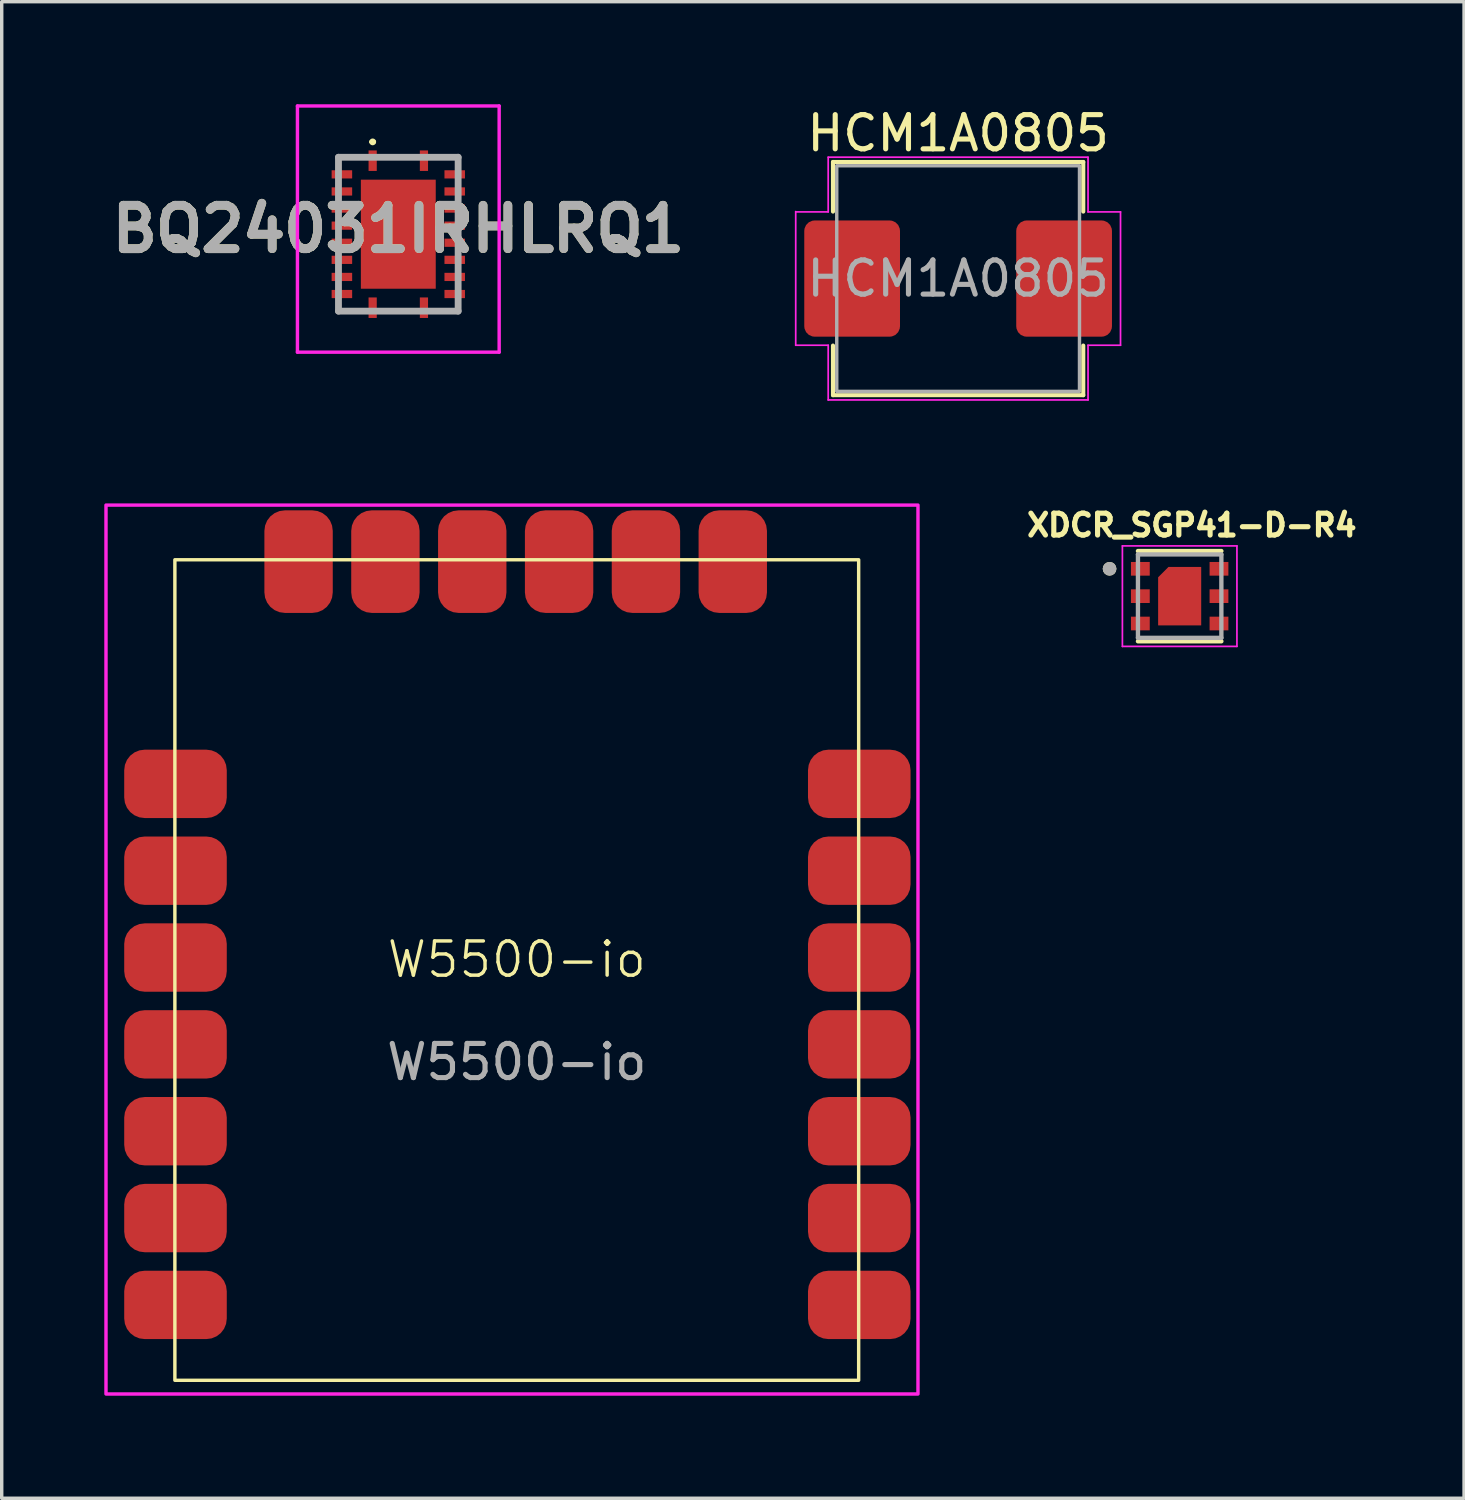
<source format=kicad_pcb>
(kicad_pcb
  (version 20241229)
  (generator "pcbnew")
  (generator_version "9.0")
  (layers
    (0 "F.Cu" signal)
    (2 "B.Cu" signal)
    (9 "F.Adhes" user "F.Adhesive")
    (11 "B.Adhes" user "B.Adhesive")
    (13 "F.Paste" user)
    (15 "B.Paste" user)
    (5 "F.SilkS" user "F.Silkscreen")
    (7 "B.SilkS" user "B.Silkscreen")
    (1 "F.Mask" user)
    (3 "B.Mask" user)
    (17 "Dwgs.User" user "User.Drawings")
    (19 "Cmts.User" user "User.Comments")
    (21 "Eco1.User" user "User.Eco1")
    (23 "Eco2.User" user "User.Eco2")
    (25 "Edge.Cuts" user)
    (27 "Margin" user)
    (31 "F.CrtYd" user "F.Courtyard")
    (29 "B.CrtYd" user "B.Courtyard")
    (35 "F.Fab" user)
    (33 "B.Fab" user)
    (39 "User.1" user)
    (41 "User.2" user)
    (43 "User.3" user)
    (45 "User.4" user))
  (footprint "XDCR_SGP41-D-R4"
    (layer "F.Cu")
    (at 31.454 14.387)
    (property "Reference" "XDCR_SGP41-D-R4" (at 0.357 -2.076 0) (layer "F.SilkS") (effects (font (size 0.64 0.64) (thickness 0.15))))
    (attr smd)
    (fp_poly (pts (xy -0.675 0.9) (xy -0.675 -0.58) (xy -0.355 -0.9) (xy 0.675 -0.9) (xy 0.675 0.9)) (stroke (width 0.01) (type solid)) (fill yes) (layer "F.Mask"))
    (fp_line (start -1.22 -1.32) (end 1.22 -1.32) (stroke (width 0.127) (type solid)) (layer "F.SilkS"))
    (fp_line (start 1.22 1.32) (end -1.22 1.32) (stroke (width 0.127) (type solid)) (layer "F.SilkS"))
    (fp_circle (center -2.05 -0.8) (end -1.95 -0.8) (stroke (width 0.2) (type solid)) (fill no) (layer "F.SilkS"))
    (fp_poly (pts (xy -0.225 -0.75) (xy 0.525 -0.75) (xy 0.525 0.75) (xy -0.525 0.75) (xy -0.525 -0.45)) (stroke (width 0.01) (type solid)) (fill yes) (layer "F.Paste"))
    (fp_line (start -1.675 -1.47) (end -1.675 1.47) (stroke (width 0.05) (type solid)) (layer "F.CrtYd"))
    (fp_line (start -1.675 1.47) (end 1.675 1.47) (stroke (width 0.05) (type solid)) (layer "F.CrtYd"))
    (fp_line (start 1.675 -1.47) (end -1.675 -1.47) (stroke (width 0.05) (type solid)) (layer "F.CrtYd"))
    (fp_line (start 1.675 1.47) (end 1.675 -1.47) (stroke (width 0.05) (type solid)) (layer "F.CrtYd"))
    (fp_line (start -1.22 -1.22) (end 1.22 -1.22) (stroke (width 0.127) (type solid)) (layer "F.Fab"))
    (fp_line (start -1.22 1.22) (end -1.22 -1.22) (stroke (width 0.127) (type solid)) (layer "F.Fab"))
    (fp_line (start 1.22 -1.22) (end 1.22 1.22) (stroke (width 0.127) (type solid)) (layer "F.Fab"))
    (fp_line (start 1.22 1.22) (end -1.22 1.22) (stroke (width 0.127) (type solid)) (layer "F.Fab"))
    (fp_circle (center -2.05 -0.8) (end -1.95 -0.8) (stroke (width 0.2) (type solid)) (fill no) (layer "F.Fab"))
    (pad "1" smd rect (at -1.15 -0.8) (size 0.55 0.4) (layers "F.Cu" "F.Mask" "F.Paste"))
    (pad "2" smd rect (at -1.15 0) (size 0.55 0.4) (layers "F.Cu" "F.Mask" "F.Paste"))
    (pad "3" smd rect (at -1.15 0.8) (size 0.55 0.4) (layers "F.Cu" "F.Mask" "F.Paste"))
    (pad "4" smd rect (at 1.15 0.8) (size 0.55 0.4) (layers "F.Cu" "F.Mask" "F.Paste"))
    (pad "5" smd rect (at 1.15 0) (size 0.55 0.4) (layers "F.Cu" "F.Mask" "F.Paste"))
    (pad "6" smd rect (at 1.15 -0.8) (size 0.55 0.4) (layers "F.Cu" "F.Mask" "F.Paste"))
    (pad "7" smd custom (at 0 0) (size 0.5 0.5) (layers "F.Cu") (options (anchor rect)) (primitives (gr_poly (pts (xy -0.325 -0.85) (xy 0.625 -0.85) (xy 0.625 0.85) (xy -0.625 0.85) (xy -0.625 -0.55)) (width 0.01) (fill yes)))))
  (footprint "W5500-io"
    (layer "F.Cu")
    (at 12.05 26.223)
    (property "Reference" "W5500-io" (at 0.015 -1.209 0) (unlocked yes) (layer "F.SilkS") (effects (font (size 1 1) (thickness 0.1))))
    (attr smd)
    (fp_rect (start -9.985 -12.901) (end 10.015 11.099) (stroke (width 0.1) (type default)) (fill no) (layer "F.SilkS"))
    (fp_rect (start -12 -14.5) (end 11.75 11.5) (stroke (width 0.1) (type solid)) (fill no) (layer "F.CrtYd"))
    (fp_text user "${REFERENCE}" (at 0.015 1.791 0) (unlocked yes) (layer "F.Fab") (effects (font (size 1 1) (thickness 0.15))))
    (pad "1" smd roundrect (at -9.967 8.894) (size 3 2) (layers "F.Cu" "F.Mask" "F.Paste") (roundrect_rratio 0.3))
    (pad "2" smd roundrect (at -9.967 6.354) (size 3 2) (layers "F.Cu" "F.Mask" "F.Paste") (roundrect_rratio 0.3))
    (pad "3" smd roundrect (at -9.967 3.814) (size 3 2) (layers "F.Cu" "F.Mask" "F.Paste") (roundrect_rratio 0.3))
    (pad "4" smd roundrect (at -9.967 1.274) (size 3 2) (layers "F.Cu" "F.Mask" "F.Paste") (roundrect_rratio 0.3))
    (pad "5" smd roundrect (at -9.967 -1.266) (size 3 2) (layers "F.Cu" "F.Mask" "F.Paste") (roundrect_rratio 0.3))
    (pad "6" smd roundrect (at -9.967 -3.806) (size 3 2) (layers "F.Cu" "F.Mask" "F.Paste") (roundrect_rratio 0.3))
    (pad "7" smd roundrect (at -9.967 -6.346) (size 3 2) (layers "F.Cu" "F.Mask" "F.Paste") (roundrect_rratio 0.3))
    (pad "8" smd roundrect (at -6.367 -12.846 90) (size 3 2) (layers "F.Cu" "F.Mask" "F.Paste") (roundrect_rratio 0.3))
    (pad "9" smd roundrect (at -3.827 -12.846 90) (size 3 2) (layers "F.Cu" "F.Mask" "F.Paste") (roundrect_rratio 0.3))
    (pad "10" smd roundrect (at -1.287 -12.846 90) (size 3 2) (layers "F.Cu" "F.Mask" "F.Paste") (roundrect_rratio 0.3))
    (pad "11" smd roundrect (at 1.253 -12.846 90) (size 3 2) (layers "F.Cu" "F.Mask" "F.Paste") (roundrect_rratio 0.3))
    (pad "12" smd roundrect (at 3.793 -12.846 90) (size 3 2) (layers "F.Cu" "F.Mask" "F.Paste") (roundrect_rratio 0.3))
    (pad "13" smd roundrect (at 6.333 -12.846 90) (size 3 2) (layers "F.Cu" "F.Mask" "F.Paste") (roundrect_rratio 0.3))
    (pad "14" smd roundrect (at 10.033 -6.346) (size 3 2) (layers "F.Cu" "F.Mask" "F.Paste") (roundrect_rratio 0.3))
    (pad "15" smd roundrect (at 10.033 -3.806) (size 3 2) (layers "F.Cu" "F.Mask" "F.Paste") (roundrect_rratio 0.3))
    (pad "16" smd roundrect (at 10.033 -1.266) (size 3 2) (layers "F.Cu" "F.Mask" "F.Paste") (roundrect_rratio 0.3))
    (pad "17" smd roundrect (at 10.033 1.274) (size 3 2) (layers "F.Cu" "F.Mask" "F.Paste") (roundrect_rratio 0.3))
    (pad "18" smd roundrect (at 10.033 3.814) (size 3 2) (layers "F.Cu" "F.Mask" "F.Paste") (roundrect_rratio 0.3))
    (pad "19" smd roundrect (at 10.033 6.354) (size 3 2) (layers "F.Cu" "F.Mask" "F.Paste") (roundrect_rratio 0.3))
    (pad "20" smd roundrect (at 10.033 8.894) (size 3 2) (layers "F.Cu" "F.Mask" "F.Paste") (roundrect_rratio 0.3)))
  (footprint "BQ24031IRHLRQ1"
    (layer "F.Cu")
    (at 8.6 3.8)
    (property "Reference" "BQ24031IRHLRQ1" (at 0 -0.15 0) (layer "F.SilkS") (effects (font (size 1.27 1.27) (thickness 0.254))))
    (attr smd)
    (fp_line (start -1.65 2.25) (end -1 2.25) (stroke (width 0.1) (type solid)) (layer "F.SilkS"))
    (fp_line (start -1 -2.25) (end -1.65 -2.25) (stroke (width 0.1) (type solid)) (layer "F.SilkS"))
    (fp_line (start -0.8 -2.7) (end -0.8 -2.7) (stroke (width 0.1) (type solid)) (layer "F.SilkS"))
    (fp_line (start -0.7 -2.7) (end -0.7 -2.7) (stroke (width 0.1) (type solid)) (layer "F.SilkS"))
    (fp_line (start -0.5 -2.25) (end 0.5 -2.25) (stroke (width 0.1) (type solid)) (layer "F.SilkS"))
    (fp_line (start -0.5 2.25) (end 0.5 2.25) (stroke (width 0.1) (type solid)) (layer "F.SilkS"))
    (fp_line (start 1 -2.25) (end 1.65 -2.25) (stroke (width 0.1) (type solid)) (layer "F.SilkS"))
    (fp_line (start 1 2.25) (end 1.65 2.25) (stroke (width 0.1) (type solid)) (layer "F.SilkS"))
    (fp_arc (start -0.8 -2.7) (mid -0.75 -2.75) (end -0.7 -2.7) (stroke (width 0.1) (type solid)) (layer "F.SilkS"))
    (fp_arc (start -0.7 -2.7) (mid -0.75 -2.65) (end -0.8 -2.7) (stroke (width 0.1) (type solid)) (layer "F.SilkS"))
    (fp_line (start -2.95 -3.75) (end 2.95 -3.75) (stroke (width 0.1) (type solid)) (layer "F.CrtYd"))
    (fp_line (start -2.95 3.45) (end -2.95 -3.75) (stroke (width 0.1) (type solid)) (layer "F.CrtYd"))
    (fp_line (start 2.95 -3.75) (end 2.95 3.45) (stroke (width 0.1) (type solid)) (layer "F.CrtYd"))
    (fp_line (start 2.95 3.45) (end -2.95 3.45) (stroke (width 0.1) (type solid)) (layer "F.CrtYd"))
    (fp_line (start -1.75 -2.25) (end 1.75 -2.25) (stroke (width 0.2) (type solid)) (layer "F.Fab"))
    (fp_line (start -1.75 2.25) (end -1.75 -2.25) (stroke (width 0.2) (type solid)) (layer "F.Fab"))
    (fp_line (start 1.75 -2.25) (end 1.75 2.25) (stroke (width 0.2) (type solid)) (layer "F.Fab"))
    (fp_line (start 1.75 2.25) (end -1.75 2.25) (stroke (width 0.2) (type solid)) (layer "F.Fab"))
    (fp_text user "${REFERENCE}" (at 0 -0.15 0) (layer "F.Fab") (effects (font (size 1.27 1.27) (thickness 0.254))))
    (pad "1" smd rect (at -0.75 -2.15) (size 0.24 0.6) (layers "F.Cu" "F.Mask" "F.Paste"))
    (pad "2" smd rect (at -1.65 -1.75 90) (size 0.24 0.6) (layers "F.Cu" "F.Mask" "F.Paste"))
    (pad "3" smd rect (at -1.65 -1.25 90) (size 0.24 0.6) (layers "F.Cu" "F.Mask" "F.Paste"))
    (pad "4" smd rect (at -1.65 -0.75 90) (size 0.24 0.6) (layers "F.Cu" "F.Mask" "F.Paste"))
    (pad "5" smd rect (at -1.65 -0.25 90) (size 0.24 0.6) (layers "F.Cu" "F.Mask" "F.Paste"))
    (pad "6" smd rect (at -1.65 0.25 90) (size 0.24 0.6) (layers "F.Cu" "F.Mask" "F.Paste"))
    (pad "7" smd rect (at -1.65 0.75 90) (size 0.24 0.6) (layers "F.Cu" "F.Mask" "F.Paste"))
    (pad "8" smd rect (at -1.65 1.25 90) (size 0.24 0.6) (layers "F.Cu" "F.Mask" "F.Paste"))
    (pad "9" smd rect (at -1.65 1.75 90) (size 0.24 0.6) (layers "F.Cu" "F.Mask" "F.Paste"))
    (pad "10" smd rect (at -0.75 2.15) (size 0.24 0.6) (layers "F.Cu" "F.Mask" "F.Paste"))
    (pad "11" smd rect (at 0.75 2.15) (size 0.24 0.6) (layers "F.Cu" "F.Mask" "F.Paste"))
    (pad "12" smd rect (at 1.65 1.75 90) (size 0.24 0.6) (layers "F.Cu" "F.Mask" "F.Paste"))
    (pad "13" smd rect (at 1.65 1.25 90) (size 0.24 0.6) (layers "F.Cu" "F.Mask" "F.Paste"))
    (pad "14" smd rect (at 1.65 0.75 90) (size 0.24 0.6) (layers "F.Cu" "F.Mask" "F.Paste"))
    (pad "15" smd rect (at 1.65 0.25 90) (size 0.24 0.6) (layers "F.Cu" "F.Mask" "F.Paste"))
    (pad "16" smd rect (at 1.65 -0.25 90) (size 0.24 0.6) (layers "F.Cu" "F.Mask" "F.Paste"))
    (pad "17" smd rect (at 1.65 -0.75 90) (size 0.24 0.6) (layers "F.Cu" "F.Mask" "F.Paste"))
    (pad "18" smd rect (at 1.65 -1.25 90) (size 0.24 0.6) (layers "F.Cu" "F.Mask" "F.Paste"))
    (pad "19" smd rect (at 1.65 -1.75 90) (size 0.24 0.6) (layers "F.Cu" "F.Mask" "F.Paste"))
    (pad "20" smd rect (at 0.75 -2.15) (size 0.24 0.6) (layers "F.Cu" "F.Mask" "F.Paste"))
    (pad "21" smd rect (at 0 0) (size 2.19 3.19) (layers "F.Cu" "F.Mask" "F.Paste")))
  (footprint "HCM1A0805"
    (layer "F.Cu")
    (at 24.974 5.098)
    (property "Reference" "HCM1A0805" (at 0 -4.25 0) (layer "F.SilkS") (effects (font (size 1 1) (thickness 0.15))))
    (attr smd)
    (fp_line (start -3.66 -3.41) (end 3.66 -3.41) (stroke (width 0.12) (type solid)) (layer "F.SilkS"))
    (fp_line (start -3.66 -1.96) (end -3.66 -3.41) (stroke (width 0.12) (type solid)) (layer "F.SilkS"))
    (fp_line (start -3.66 3.41) (end -3.66 1.96) (stroke (width 0.12) (type solid)) (layer "F.SilkS"))
    (fp_line (start 3.66 -3.41) (end 3.66 -1.96) (stroke (width 0.12) (type solid)) (layer "F.SilkS"))
    (fp_line (start 3.66 1.96) (end 3.66 3.41) (stroke (width 0.12) (type solid)) (layer "F.SilkS"))
    (fp_line (start 3.66 3.41) (end -3.66 3.41) (stroke (width 0.12) (type solid)) (layer "F.SilkS"))
    (fp_line (start -4.75 -1.95) (end -3.8 -1.95) (stroke (width 0.05) (type solid)) (layer "F.CrtYd"))
    (fp_line (start -4.75 1.95) (end -4.75 -1.96) (stroke (width 0.05) (type solid)) (layer "F.CrtYd"))
    (fp_line (start -3.8 -3.55) (end 3.8 -3.55) (stroke (width 0.05) (type solid)) (layer "F.CrtYd"))
    (fp_line (start -3.8 -1.95) (end -3.8 -3.55) (stroke (width 0.05) (type solid)) (layer "F.CrtYd"))
    (fp_line (start -3.8 1.95) (end -4.75 1.95) (stroke (width 0.05) (type solid)) (layer "F.CrtYd"))
    (fp_line (start -3.8 3.55) (end -3.8 1.95) (stroke (width 0.05) (type solid)) (layer "F.CrtYd"))
    (fp_line (start 3.8 -3.55) (end 3.8 -1.95) (stroke (width 0.05) (type solid)) (layer "F.CrtYd"))
    (fp_line (start 3.8 -1.95) (end 4.75 -1.95) (stroke (width 0.05) (type solid)) (layer "F.CrtYd"))
    (fp_line (start 3.8 1.95) (end 3.8 3.55) (stroke (width 0.05) (type solid)) (layer "F.CrtYd"))
    (fp_line (start 3.8 3.55) (end -3.8 3.55) (stroke (width 0.05) (type solid)) (layer "F.CrtYd"))
    (fp_line (start 4.75 -1.95) (end 4.75 1.95) (stroke (width 0.05) (type solid)) (layer "F.CrtYd"))
    (fp_line (start 4.75 1.95) (end 3.8 1.95) (stroke (width 0.05) (type solid)) (layer "F.CrtYd"))
    (fp_rect (start -3.55 -3.3) (end 3.55 3.3) (stroke (width 0.1) (type solid)) (fill no) (layer "F.Fab"))
    (fp_text user "${REFERENCE}" (at 0 0 0) (layer "F.Fab") (effects (font (size 1 1) (thickness 0.15))))
    (pad "1" smd roundrect (at -3.1 0) (size 2.8 3.4) (layers "F.Cu" "F.Mask" "F.Paste") (roundrect_rratio 0.109))
    (pad "2" smd roundrect (at 3.1 0) (size 2.8 3.4) (layers "F.Cu" "F.Mask" "F.Paste") (roundrect_rratio 0.109)))
  (gr_rect
    (start -3 -3)
    (end 39.772 40.773)
    (stroke (width 0.1) (type default))
    (fill no)
    (layer "Edge.Cuts")))
</source>
